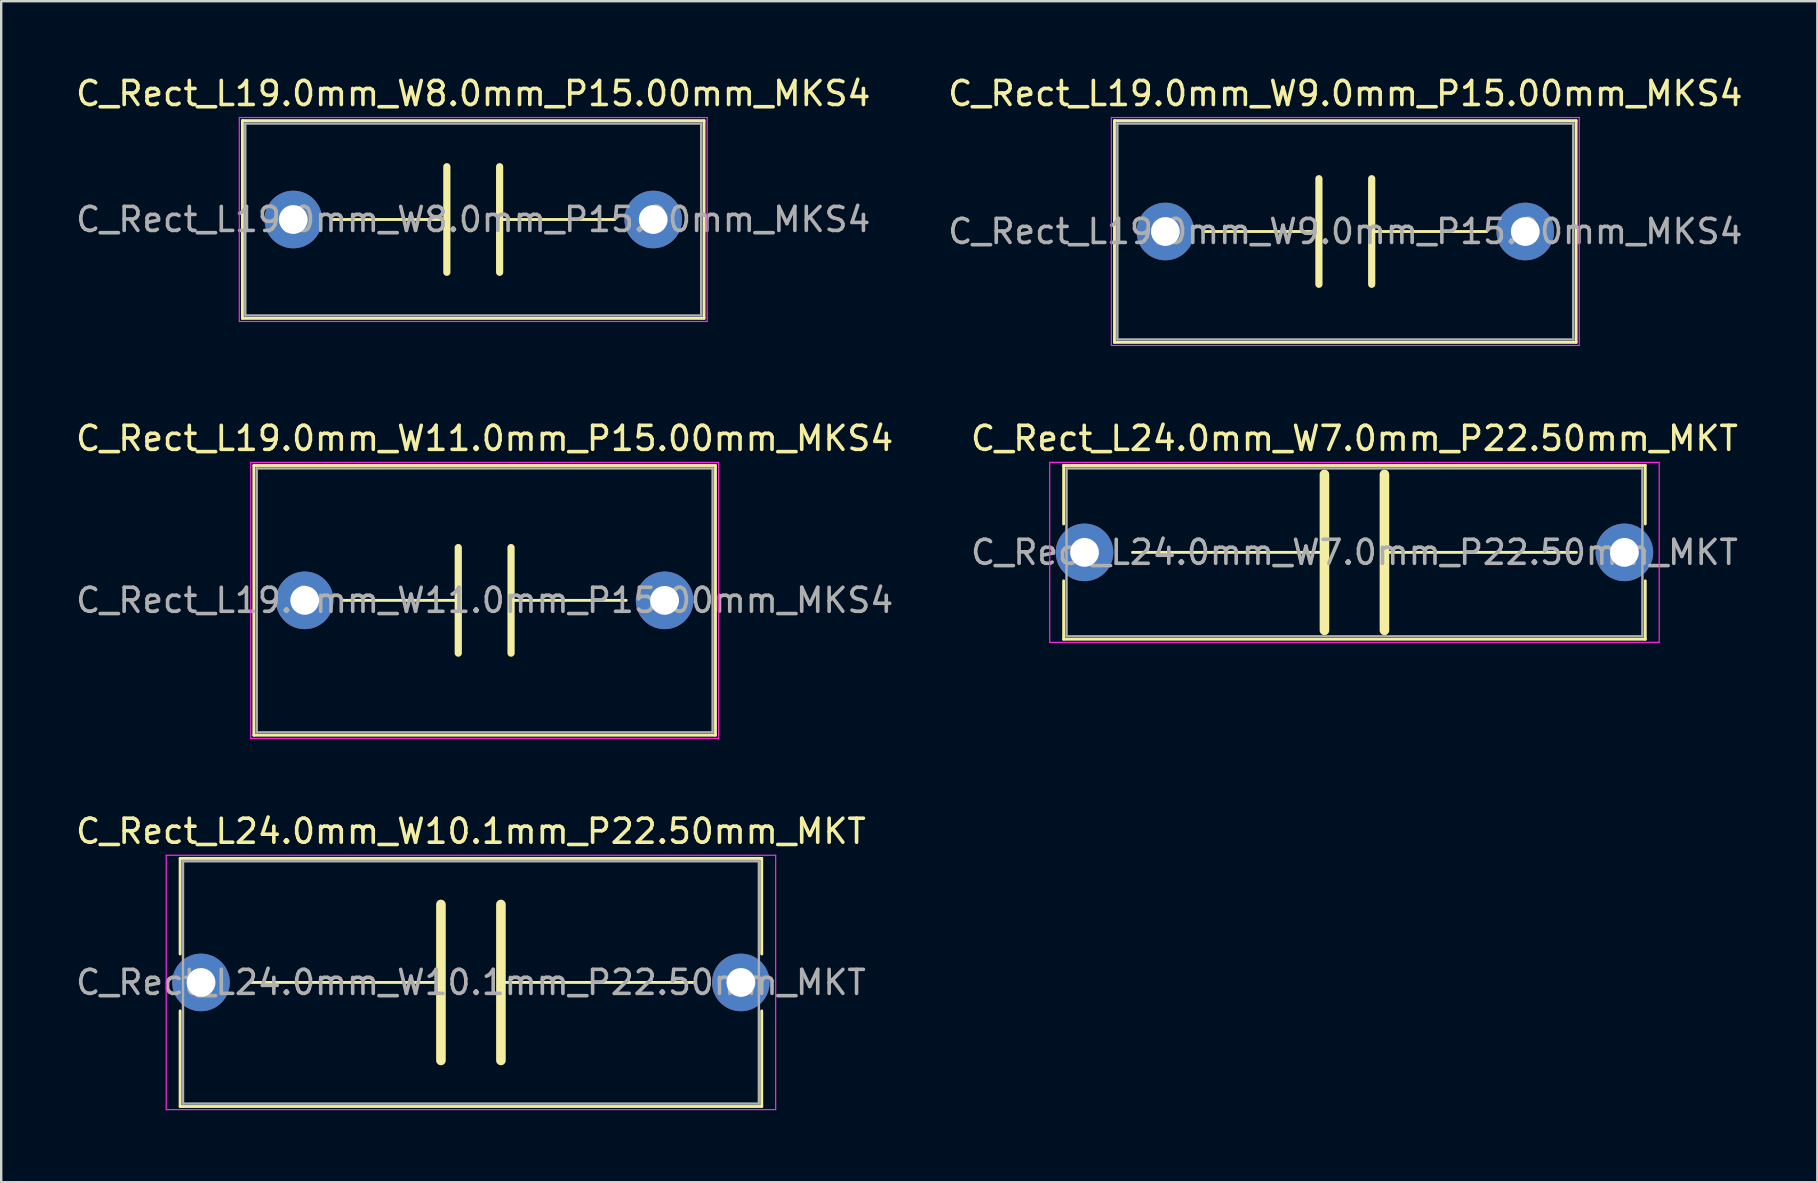
<source format=kicad_pcb>
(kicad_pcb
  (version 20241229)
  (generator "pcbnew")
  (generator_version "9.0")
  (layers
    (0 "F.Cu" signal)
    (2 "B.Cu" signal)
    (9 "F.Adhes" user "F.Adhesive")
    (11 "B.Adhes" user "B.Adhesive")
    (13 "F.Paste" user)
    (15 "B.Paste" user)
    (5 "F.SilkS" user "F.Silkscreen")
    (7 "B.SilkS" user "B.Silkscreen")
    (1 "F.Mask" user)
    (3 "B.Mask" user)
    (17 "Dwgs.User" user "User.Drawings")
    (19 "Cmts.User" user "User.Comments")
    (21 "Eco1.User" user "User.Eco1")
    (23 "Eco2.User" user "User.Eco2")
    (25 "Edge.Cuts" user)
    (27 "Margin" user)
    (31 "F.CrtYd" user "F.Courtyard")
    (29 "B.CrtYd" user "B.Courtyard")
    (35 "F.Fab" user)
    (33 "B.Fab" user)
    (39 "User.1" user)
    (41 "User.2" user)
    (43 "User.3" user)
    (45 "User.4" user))
  (footprint "C_Rect_L19.0mm_W8.0mm_P15.00mm_MKS4"
    (layer "F.Cu")
    (at 9.173 6.098)
    (property "Reference" "C_Rect_L19.0mm_W8.0mm_P15.00mm_MKS4" (at 7.5 -5.25 0) (layer "F.SilkS") (effects (font (size 1 1) (thickness 0.15))))
    (attr through_hole)
    (fp_line (start -2.12 -4.12) (end -2.12 4.12) (stroke (width 0.12) (type solid)) (layer "F.SilkS"))
    (fp_line (start -2.12 -4.12) (end 17.12 -4.12) (stroke (width 0.12) (type solid)) (layer "F.SilkS"))
    (fp_line (start -2.12 4.12) (end 17.12 4.12) (stroke (width 0.12) (type solid)) (layer "F.SilkS"))
    (fp_line (start 1.6 0) (end 6.4 0) (stroke (width 0.12) (type solid)) (layer "F.SilkS"))
    (fp_line (start 6.4 -2.2) (end 6.4 2.2) (stroke (width 0.3) (type solid)) (layer "F.SilkS"))
    (fp_line (start 8.6 -2.2) (end 8.6 2.2) (stroke (width 0.3) (type solid)) (layer "F.SilkS"))
    (fp_line (start 8.6 0) (end 13.4 0) (stroke (width 0.12) (type solid)) (layer "F.SilkS"))
    (fp_line (start 17.12 -4.12) (end 17.12 4.12) (stroke (width 0.12) (type solid)) (layer "F.SilkS"))
    (fp_line (start -2.25 -4.25) (end -2.25 4.25) (stroke (width 0.05) (type solid)) (layer "F.CrtYd"))
    (fp_line (start -2.25 4.25) (end 17.25 4.25) (stroke (width 0.05) (type solid)) (layer "F.CrtYd"))
    (fp_line (start 17.25 -4.25) (end -2.25 -4.25) (stroke (width 0.05) (type solid)) (layer "F.CrtYd"))
    (fp_line (start 17.25 4.25) (end 17.25 -4.25) (stroke (width 0.05) (type solid)) (layer "F.CrtYd"))
    (fp_line (start -2 -4) (end -2 4) (stroke (width 0.1) (type solid)) (layer "F.Fab"))
    (fp_line (start -2 4) (end 17 4) (stroke (width 0.1) (type solid)) (layer "F.Fab"))
    (fp_line (start 17 -4) (end -2 -4) (stroke (width 0.1) (type solid)) (layer "F.Fab"))
    (fp_line (start 17 4) (end 17 -4) (stroke (width 0.1) (type solid)) (layer "F.Fab"))
    (fp_text user "${REFERENCE}" (at 7.5 0 0) (layer "F.Fab") (effects (font (size 1 1) (thickness 0.15))))
    (pad "1" thru_hole circle (at 0 0) (size 2.4 2.4) (drill 1.2) (layers "*.Cu" "*.Mask"))
    (pad "2" thru_hole circle (at 15 0) (size 2.4 2.4) (drill 1.2) (layers "*.Cu" "*.Mask")))
  (footprint "C_Rect_L19.0mm_W9.0mm_P15.00mm_MKS4"
    (layer "F.Cu")
    (at 45.518 6.598)
    (property "Reference" "C_Rect_L19.0mm_W9.0mm_P15.00mm_MKS4" (at 7.5 -5.75 0) (layer "F.SilkS") (effects (font (size 1 1) (thickness 0.15))))
    (attr through_hole)
    (fp_line (start -2.12 -4.62) (end -2.12 4.62) (stroke (width 0.12) (type solid)) (layer "F.SilkS"))
    (fp_line (start -2.12 -4.62) (end 17.12 -4.62) (stroke (width 0.12) (type solid)) (layer "F.SilkS"))
    (fp_line (start -2.12 4.62) (end 17.12 4.62) (stroke (width 0.12) (type solid)) (layer "F.SilkS"))
    (fp_line (start 1.6 0) (end 6.4 0) (stroke (width 0.12) (type solid)) (layer "F.SilkS"))
    (fp_line (start 6.4 -2.2) (end 6.4 2.2) (stroke (width 0.3) (type solid)) (layer "F.SilkS"))
    (fp_line (start 8.6 -2.2) (end 8.6 2.2) (stroke (width 0.3) (type solid)) (layer "F.SilkS"))
    (fp_line (start 8.6 0) (end 13.4 0) (stroke (width 0.12) (type solid)) (layer "F.SilkS"))
    (fp_line (start 17.12 -4.62) (end 17.12 4.62) (stroke (width 0.12) (type solid)) (layer "F.SilkS"))
    (fp_line (start -2.25 -4.75) (end -2.25 4.75) (stroke (width 0.05) (type solid)) (layer "F.CrtYd"))
    (fp_line (start -2.25 4.75) (end 17.25 4.75) (stroke (width 0.05) (type solid)) (layer "F.CrtYd"))
    (fp_line (start 17.25 -4.75) (end -2.25 -4.75) (stroke (width 0.05) (type solid)) (layer "F.CrtYd"))
    (fp_line (start 17.25 4.75) (end 17.25 -4.75) (stroke (width 0.05) (type solid)) (layer "F.CrtYd"))
    (fp_line (start -2 -4.5) (end -2 4.5) (stroke (width 0.1) (type solid)) (layer "F.Fab"))
    (fp_line (start -2 4.5) (end 17 4.5) (stroke (width 0.1) (type solid)) (layer "F.Fab"))
    (fp_line (start 17 -4.5) (end -2 -4.5) (stroke (width 0.1) (type solid)) (layer "F.Fab"))
    (fp_line (start 17 4.5) (end 17 -4.5) (stroke (width 0.1) (type solid)) (layer "F.Fab"))
    (fp_text user "${REFERENCE}" (at 7.5 0 0) (layer "F.Fab") (effects (font (size 1 1) (thickness 0.15))))
    (pad "1" thru_hole circle (at 0 0) (size 2.4 2.4) (drill 1.2) (layers "*.Cu" "*.Mask"))
    (pad "2" thru_hole circle (at 15 0) (size 2.4 2.4) (drill 1.2) (layers "*.Cu" "*.Mask")))
  (footprint "C_Rect_L19.0mm_W11.0mm_P15.00mm_MKS4"
    (layer "F.Cu")
    (at 9.649 21.971)
    (property "Reference" "C_Rect_L19.0mm_W11.0mm_P15.00mm_MKS4" (at 7.5 -6.75 0) (layer "F.SilkS") (effects (font (size 1 1) (thickness 0.15))))
    (attr through_hole)
    (fp_line (start -2.12 -5.62) (end -2.12 5.62) (stroke (width 0.12) (type solid)) (layer "F.SilkS"))
    (fp_line (start -2.12 -5.62) (end 17.12 -5.62) (stroke (width 0.12) (type solid)) (layer "F.SilkS"))
    (fp_line (start -2.12 5.62) (end 17.12 5.62) (stroke (width 0.12) (type solid)) (layer "F.SilkS"))
    (fp_line (start 1.6 0) (end 6.4 0) (stroke (width 0.12) (type solid)) (layer "F.SilkS"))
    (fp_line (start 6.4 -2.2) (end 6.4 2.2) (stroke (width 0.3) (type solid)) (layer "F.SilkS"))
    (fp_line (start 8.6 -2.2) (end 8.6 2.2) (stroke (width 0.3) (type solid)) (layer "F.SilkS"))
    (fp_line (start 8.6 0) (end 13.4 0) (stroke (width 0.12) (type solid)) (layer "F.SilkS"))
    (fp_line (start 17.12 -5.62) (end 17.12 5.62) (stroke (width 0.12) (type solid)) (layer "F.SilkS"))
    (fp_line (start -2.25 -5.75) (end -2.25 5.75) (stroke (width 0.05) (type solid)) (layer "F.CrtYd"))
    (fp_line (start -2.25 5.75) (end 17.25 5.75) (stroke (width 0.05) (type solid)) (layer "F.CrtYd"))
    (fp_line (start 17.25 -5.75) (end -2.25 -5.75) (stroke (width 0.05) (type solid)) (layer "F.CrtYd"))
    (fp_line (start 17.25 5.75) (end 17.25 -5.75) (stroke (width 0.05) (type solid)) (layer "F.CrtYd"))
    (fp_line (start -2 -5.5) (end -2 5.5) (stroke (width 0.1) (type solid)) (layer "F.Fab"))
    (fp_line (start -2 5.5) (end 17 5.5) (stroke (width 0.1) (type solid)) (layer "F.Fab"))
    (fp_line (start 17 -5.5) (end -2 -5.5) (stroke (width 0.1) (type solid)) (layer "F.Fab"))
    (fp_line (start 17 5.5) (end 17 -5.5) (stroke (width 0.1) (type solid)) (layer "F.Fab"))
    (fp_text user "${REFERENCE}" (at 7.5 0 0) (layer "F.Fab") (effects (font (size 1 1) (thickness 0.15))))
    (pad "1" thru_hole circle (at 0 0) (size 2.4 2.4) (drill 1.2) (layers "*.Cu" "*.Mask"))
    (pad "2" thru_hole circle (at 15 0) (size 2.4 2.4) (drill 1.2) (layers "*.Cu" "*.Mask")))
  (footprint "C_Rect_L24.0mm_W7.0mm_P22.50mm_MKT"
    (layer "F.Cu")
    (at 42.149 19.971)
    (property "Reference" "C_Rect_L24.0mm_W7.0mm_P22.50mm_MKT" (at 11.25 -4.75 0) (layer "F.SilkS") (effects (font (size 1 1) (thickness 0.15))))
    (attr through_hole)
    (fp_line (start -0.87 -3.62) (end -0.87 -1.185) (stroke (width 0.12) (type solid)) (layer "F.SilkS"))
    (fp_line (start -0.87 -3.62) (end 23.37 -3.62) (stroke (width 0.12) (type solid)) (layer "F.SilkS"))
    (fp_line (start -0.87 1.185) (end -0.87 3.62) (stroke (width 0.12) (type solid)) (layer "F.SilkS"))
    (fp_line (start -0.87 3.62) (end 23.37 3.62) (stroke (width 0.12) (type solid)) (layer "F.SilkS"))
    (fp_line (start 2 0) (end 10 0) (stroke (width 0.12) (type solid)) (layer "F.SilkS"))
    (fp_line (start 10 -3.25) (end 10 3.25) (stroke (width 0.4) (type solid)) (layer "F.SilkS"))
    (fp_line (start 12.5 -3.25) (end 12.5 3.25) (stroke (width 0.4) (type solid)) (layer "F.SilkS"))
    (fp_line (start 12.5 0) (end 20.5 0) (stroke (width 0.12) (type solid)) (layer "F.SilkS"))
    (fp_line (start 23.37 -3.62) (end 23.37 -1.185) (stroke (width 0.12) (type solid)) (layer "F.SilkS"))
    (fp_line (start 23.37 1.185) (end 23.37 3.62) (stroke (width 0.12) (type solid)) (layer "F.SilkS"))
    (fp_line (start -1.45 -3.75) (end -1.45 3.75) (stroke (width 0.05) (type solid)) (layer "F.CrtYd"))
    (fp_line (start -1.45 3.75) (end 23.95 3.75) (stroke (width 0.05) (type solid)) (layer "F.CrtYd"))
    (fp_line (start 23.95 -3.75) (end -1.45 -3.75) (stroke (width 0.05) (type solid)) (layer "F.CrtYd"))
    (fp_line (start 23.95 3.75) (end 23.95 -3.75) (stroke (width 0.05) (type solid)) (layer "F.CrtYd"))
    (fp_line (start -0.75 -3.5) (end -0.75 3.5) (stroke (width 0.1) (type solid)) (layer "F.Fab"))
    (fp_line (start -0.75 3.5) (end 23.25 3.5) (stroke (width 0.1) (type solid)) (layer "F.Fab"))
    (fp_line (start 23.25 -3.5) (end -0.75 -3.5) (stroke (width 0.1) (type solid)) (layer "F.Fab"))
    (fp_line (start 23.25 3.5) (end 23.25 -3.5) (stroke (width 0.1) (type solid)) (layer "F.Fab"))
    (fp_text user "${REFERENCE}" (at 11.25 0 0) (layer "F.Fab") (effects (font (size 1 1) (thickness 0.15))))
    (pad "1" thru_hole circle (at 0 0) (size 2.4 2.4) (drill 1.2) (layers "*.Cu" "*.Mask"))
    (pad "2" thru_hole circle (at 22.5 0) (size 2.4 2.4) (drill 1.2) (layers "*.Cu" "*.Mask")))
  (footprint "C_Rect_L24.0mm_W10.1mm_P22.50mm_MKT"
    (layer "F.Cu")
    (at 5.327 37.895)
    (property "Reference" "C_Rect_L24.0mm_W10.1mm_P22.50mm_MKT" (at 11.25 -6.3 0) (layer "F.SilkS") (effects (font (size 1 1) (thickness 0.15))))
    (attr through_hole)
    (fp_line (start -0.87 -5.17) (end -0.87 -1.185) (stroke (width 0.12) (type solid)) (layer "F.SilkS"))
    (fp_line (start -0.87 -5.17) (end 23.37 -5.17) (stroke (width 0.12) (type solid)) (layer "F.SilkS"))
    (fp_line (start -0.87 1.185) (end -0.87 5.17) (stroke (width 0.12) (type solid)) (layer "F.SilkS"))
    (fp_line (start -0.87 5.17) (end 23.37 5.17) (stroke (width 0.12) (type solid)) (layer "F.SilkS"))
    (fp_line (start 2 0) (end 10 0) (stroke (width 0.12) (type solid)) (layer "F.SilkS"))
    (fp_line (start 10 -3.25) (end 10 3.25) (stroke (width 0.4) (type solid)) (layer "F.SilkS"))
    (fp_line (start 12.5 -3.25) (end 12.5 3.25) (stroke (width 0.4) (type solid)) (layer "F.SilkS"))
    (fp_line (start 12.5 0) (end 20.5 0) (stroke (width 0.12) (type solid)) (layer "F.SilkS"))
    (fp_line (start 23.37 -5.17) (end 23.37 -1.185) (stroke (width 0.12) (type solid)) (layer "F.SilkS"))
    (fp_line (start 23.37 1.185) (end 23.37 5.17) (stroke (width 0.12) (type solid)) (layer "F.SilkS"))
    (fp_line (start -1.45 -5.3) (end -1.45 5.3) (stroke (width 0.05) (type solid)) (layer "F.CrtYd"))
    (fp_line (start -1.45 5.3) (end 23.95 5.3) (stroke (width 0.05) (type solid)) (layer "F.CrtYd"))
    (fp_line (start 23.95 -5.3) (end -1.45 -5.3) (stroke (width 0.05) (type solid)) (layer "F.CrtYd"))
    (fp_line (start 23.95 5.3) (end 23.95 -5.3) (stroke (width 0.05) (type solid)) (layer "F.CrtYd"))
    (fp_line (start -0.75 -5.05) (end -0.75 5.05) (stroke (width 0.1) (type solid)) (layer "F.Fab"))
    (fp_line (start -0.75 5.05) (end 23.25 5.05) (stroke (width 0.1) (type solid)) (layer "F.Fab"))
    (fp_line (start 23.25 -5.05) (end -0.75 -5.05) (stroke (width 0.1) (type solid)) (layer "F.Fab"))
    (fp_line (start 23.25 5.05) (end 23.25 -5.05) (stroke (width 0.1) (type solid)) (layer "F.Fab"))
    (fp_text user "${REFERENCE}" (at 11.25 0 0) (layer "F.Fab") (effects (font (size 1 1) (thickness 0.15))))
    (pad "1" thru_hole circle (at 0 0) (size 2.4 2.4) (drill 1.2) (layers "*.Cu" "*.Mask"))
    (pad "2" thru_hole circle (at 22.5 0) (size 2.4 2.4) (drill 1.2) (layers "*.Cu" "*.Mask")))
  (gr_rect
    (start -3 -3)
    (end 72.69 46.22)
    (stroke (width 0.1) (type default))
    (fill no)
    (layer "Edge.Cuts")))
</source>
